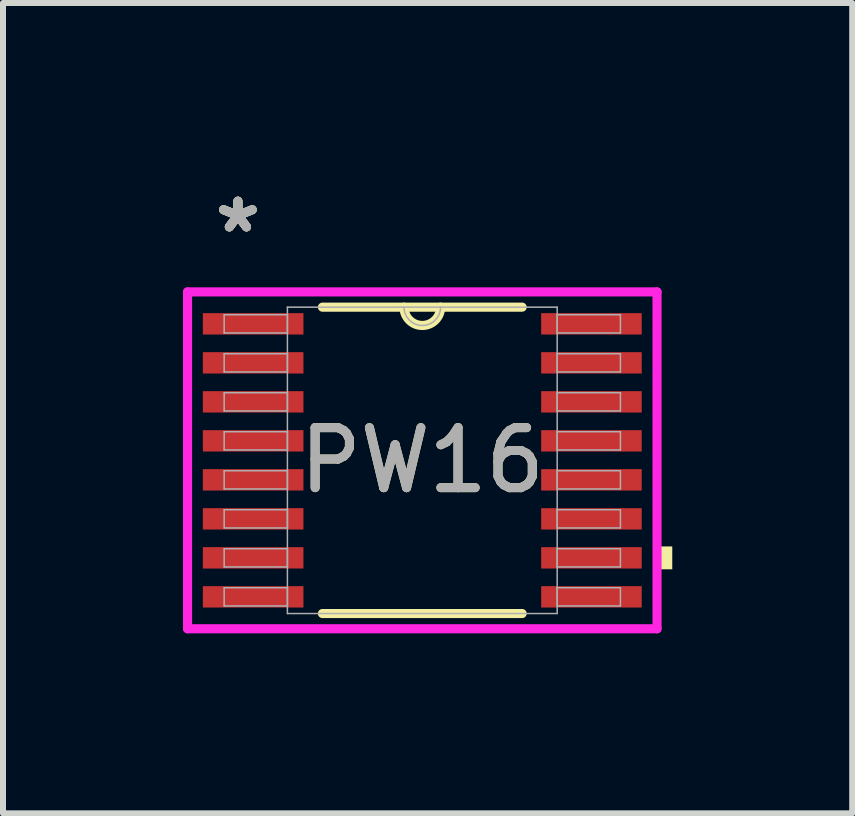
<source format=kicad_pcb>
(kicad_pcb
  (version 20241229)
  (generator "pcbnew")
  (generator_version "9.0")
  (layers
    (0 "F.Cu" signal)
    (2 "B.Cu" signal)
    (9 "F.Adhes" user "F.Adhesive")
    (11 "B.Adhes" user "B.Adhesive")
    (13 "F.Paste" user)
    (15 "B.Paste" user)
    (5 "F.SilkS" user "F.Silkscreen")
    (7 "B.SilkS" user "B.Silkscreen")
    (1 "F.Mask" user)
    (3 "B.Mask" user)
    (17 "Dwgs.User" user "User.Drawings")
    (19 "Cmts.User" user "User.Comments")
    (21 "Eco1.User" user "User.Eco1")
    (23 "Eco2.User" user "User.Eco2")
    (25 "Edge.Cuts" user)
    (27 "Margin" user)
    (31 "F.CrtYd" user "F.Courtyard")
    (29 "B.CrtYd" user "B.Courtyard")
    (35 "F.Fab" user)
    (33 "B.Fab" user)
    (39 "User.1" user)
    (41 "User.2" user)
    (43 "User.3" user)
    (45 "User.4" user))
  (footprint "PW16"
    (layer "F.Cu")
    (at 3.988 4.622)
    (property "Reference" "PW16" (at 0 0 0) (unlocked yes) (layer "F.SilkS") (effects (font (size 1 1) (thickness 0.15))))
    (attr smd)
    (fp_line (start -1.664 2.553) (end 1.664 2.553) (stroke (width 0.152) (type solid)) (layer "F.SilkS"))
    (fp_line (start 1.664 -2.553) (end -1.664 -2.553) (stroke (width 0.152) (type solid)) (layer "F.SilkS"))
    (fp_arc (start 0.3048 -2.5527) (mid 0 -2.2479) (end -0.3048 -2.5527) (stroke (width 0.1524) (type solid)) (layer "F.SilkS"))
    (fp_poly (pts (xy 4.166 1.435) (xy 4.166 1.816) (xy 3.912 1.816) (xy 3.912 1.435)) (stroke (width 0) (type solid)) (fill yes) (layer "F.SilkS"))
    (fp_line (start -3.912 -2.807) (end 3.912 -2.807) (stroke (width 0.152) (type solid)) (layer "F.CrtYd"))
    (fp_line (start -3.912 2.807) (end -3.912 -2.807) (stroke (width 0.152) (type solid)) (layer "F.CrtYd"))
    (fp_line (start 3.912 -2.807) (end 3.912 2.807) (stroke (width 0.152) (type solid)) (layer "F.CrtYd"))
    (fp_line (start 3.912 2.807) (end -3.912 2.807) (stroke (width 0.152) (type solid)) (layer "F.CrtYd"))
    (fp_line (start -3.302 -2.427) (end -3.302 -2.123) (stroke (width 0.025) (type solid)) (layer "F.Fab"))
    (fp_line (start -3.302 -2.123) (end -2.248 -2.123) (stroke (width 0.025) (type solid)) (layer "F.Fab"))
    (fp_line (start -3.302 -1.777) (end -3.302 -1.473) (stroke (width 0.025) (type solid)) (layer "F.Fab"))
    (fp_line (start -3.302 -1.473) (end -2.248 -1.473) (stroke (width 0.025) (type solid)) (layer "F.Fab"))
    (fp_line (start -3.302 -1.127) (end -3.302 -0.823) (stroke (width 0.025) (type solid)) (layer "F.Fab"))
    (fp_line (start -3.302 -0.823) (end -2.248 -0.823) (stroke (width 0.025) (type solid)) (layer "F.Fab"))
    (fp_line (start -3.302 -0.477) (end -3.302 -0.173) (stroke (width 0.025) (type solid)) (layer "F.Fab"))
    (fp_line (start -3.302 -0.173) (end -2.248 -0.173) (stroke (width 0.025) (type solid)) (layer "F.Fab"))
    (fp_line (start -3.302 0.173) (end -3.302 0.477) (stroke (width 0.025) (type solid)) (layer "F.Fab"))
    (fp_line (start -3.302 0.477) (end -2.248 0.477) (stroke (width 0.025) (type solid)) (layer "F.Fab"))
    (fp_line (start -3.302 0.823) (end -3.302 1.127) (stroke (width 0.025) (type solid)) (layer "F.Fab"))
    (fp_line (start -3.302 1.127) (end -2.248 1.127) (stroke (width 0.025) (type solid)) (layer "F.Fab"))
    (fp_line (start -3.302 1.473) (end -3.302 1.777) (stroke (width 0.025) (type solid)) (layer "F.Fab"))
    (fp_line (start -3.302 1.777) (end -2.248 1.777) (stroke (width 0.025) (type solid)) (layer "F.Fab"))
    (fp_line (start -3.302 2.123) (end -3.302 2.427) (stroke (width 0.025) (type solid)) (layer "F.Fab"))
    (fp_line (start -3.302 2.427) (end -2.248 2.427) (stroke (width 0.025) (type solid)) (layer "F.Fab"))
    (fp_line (start -2.248 -2.553) (end -2.248 2.553) (stroke (width 0.025) (type solid)) (layer "F.Fab"))
    (fp_line (start -2.248 -2.427) (end -3.302 -2.427) (stroke (width 0.025) (type solid)) (layer "F.Fab"))
    (fp_line (start -2.248 -2.123) (end -2.248 -2.427) (stroke (width 0.025) (type solid)) (layer "F.Fab"))
    (fp_line (start -2.248 -1.777) (end -3.302 -1.777) (stroke (width 0.025) (type solid)) (layer "F.Fab"))
    (fp_line (start -2.248 -1.473) (end -2.248 -1.777) (stroke (width 0.025) (type solid)) (layer "F.Fab"))
    (fp_line (start -2.248 -1.127) (end -3.302 -1.127) (stroke (width 0.025) (type solid)) (layer "F.Fab"))
    (fp_line (start -2.248 -0.823) (end -2.248 -1.127) (stroke (width 0.025) (type solid)) (layer "F.Fab"))
    (fp_line (start -2.248 -0.477) (end -3.302 -0.477) (stroke (width 0.025) (type solid)) (layer "F.Fab"))
    (fp_line (start -2.248 -0.173) (end -2.248 -0.477) (stroke (width 0.025) (type solid)) (layer "F.Fab"))
    (fp_line (start -2.248 0.173) (end -3.302 0.173) (stroke (width 0.025) (type solid)) (layer "F.Fab"))
    (fp_line (start -2.248 0.477) (end -2.248 0.173) (stroke (width 0.025) (type solid)) (layer "F.Fab"))
    (fp_line (start -2.248 0.823) (end -3.302 0.823) (stroke (width 0.025) (type solid)) (layer "F.Fab"))
    (fp_line (start -2.248 1.127) (end -2.248 0.823) (stroke (width 0.025) (type solid)) (layer "F.Fab"))
    (fp_line (start -2.248 1.473) (end -3.302 1.473) (stroke (width 0.025) (type solid)) (layer "F.Fab"))
    (fp_line (start -2.248 1.777) (end -2.248 1.473) (stroke (width 0.025) (type solid)) (layer "F.Fab"))
    (fp_line (start -2.248 2.123) (end -3.302 2.123) (stroke (width 0.025) (type solid)) (layer "F.Fab"))
    (fp_line (start -2.248 2.427) (end -2.248 2.123) (stroke (width 0.025) (type solid)) (layer "F.Fab"))
    (fp_line (start -2.248 2.553) (end 2.248 2.553) (stroke (width 0.025) (type solid)) (layer "F.Fab"))
    (fp_line (start 2.248 -2.553) (end -2.248 -2.553) (stroke (width 0.025) (type solid)) (layer "F.Fab"))
    (fp_line (start 2.248 -2.427) (end 2.248 -2.123) (stroke (width 0.025) (type solid)) (layer "F.Fab"))
    (fp_line (start 2.248 -2.123) (end 3.302 -2.123) (stroke (width 0.025) (type solid)) (layer "F.Fab"))
    (fp_line (start 2.248 -1.777) (end 2.248 -1.473) (stroke (width 0.025) (type solid)) (layer "F.Fab"))
    (fp_line (start 2.248 -1.473) (end 3.302 -1.473) (stroke (width 0.025) (type solid)) (layer "F.Fab"))
    (fp_line (start 2.248 -1.127) (end 2.248 -0.823) (stroke (width 0.025) (type solid)) (layer "F.Fab"))
    (fp_line (start 2.248 -0.823) (end 3.302 -0.823) (stroke (width 0.025) (type solid)) (layer "F.Fab"))
    (fp_line (start 2.248 -0.477) (end 2.248 -0.173) (stroke (width 0.025) (type solid)) (layer "F.Fab"))
    (fp_line (start 2.248 -0.173) (end 3.302 -0.173) (stroke (width 0.025) (type solid)) (layer "F.Fab"))
    (fp_line (start 2.248 0.173) (end 2.248 0.477) (stroke (width 0.025) (type solid)) (layer "F.Fab"))
    (fp_line (start 2.248 0.477) (end 3.302 0.477) (stroke (width 0.025) (type solid)) (layer "F.Fab"))
    (fp_line (start 2.248 0.823) (end 2.248 1.127) (stroke (width 0.025) (type solid)) (layer "F.Fab"))
    (fp_line (start 2.248 1.127) (end 3.302 1.127) (stroke (width 0.025) (type solid)) (layer "F.Fab"))
    (fp_line (start 2.248 1.473) (end 2.248 1.777) (stroke (width 0.025) (type solid)) (layer "F.Fab"))
    (fp_line (start 2.248 1.777) (end 3.302 1.777) (stroke (width 0.025) (type solid)) (layer "F.Fab"))
    (fp_line (start 2.248 2.123) (end 2.248 2.427) (stroke (width 0.025) (type solid)) (layer "F.Fab"))
    (fp_line (start 2.248 2.427) (end 3.302 2.427) (stroke (width 0.025) (type solid)) (layer "F.Fab"))
    (fp_line (start 2.248 2.553) (end 2.248 -2.553) (stroke (width 0.025) (type solid)) (layer "F.Fab"))
    (fp_line (start 3.302 -2.427) (end 2.248 -2.427) (stroke (width 0.025) (type solid)) (layer "F.Fab"))
    (fp_line (start 3.302 -2.123) (end 3.302 -2.427) (stroke (width 0.025) (type solid)) (layer "F.Fab"))
    (fp_line (start 3.302 -1.777) (end 2.248 -1.777) (stroke (width 0.025) (type solid)) (layer "F.Fab"))
    (fp_line (start 3.302 -1.473) (end 3.302 -1.777) (stroke (width 0.025) (type solid)) (layer "F.Fab"))
    (fp_line (start 3.302 -1.127) (end 2.248 -1.127) (stroke (width 0.025) (type solid)) (layer "F.Fab"))
    (fp_line (start 3.302 -0.823) (end 3.302 -1.127) (stroke (width 0.025) (type solid)) (layer "F.Fab"))
    (fp_line (start 3.302 -0.477) (end 2.248 -0.477) (stroke (width 0.025) (type solid)) (layer "F.Fab"))
    (fp_line (start 3.302 -0.173) (end 3.302 -0.477) (stroke (width 0.025) (type solid)) (layer "F.Fab"))
    (fp_line (start 3.302 0.173) (end 2.248 0.173) (stroke (width 0.025) (type solid)) (layer "F.Fab"))
    (fp_line (start 3.302 0.477) (end 3.302 0.173) (stroke (width 0.025) (type solid)) (layer "F.Fab"))
    (fp_line (start 3.302 0.823) (end 2.248 0.823) (stroke (width 0.025) (type solid)) (layer "F.Fab"))
    (fp_line (start 3.302 1.127) (end 3.302 0.823) (stroke (width 0.025) (type solid)) (layer "F.Fab"))
    (fp_line (start 3.302 1.473) (end 2.248 1.473) (stroke (width 0.025) (type solid)) (layer "F.Fab"))
    (fp_line (start 3.302 1.777) (end 3.302 1.473) (stroke (width 0.025) (type solid)) (layer "F.Fab"))
    (fp_line (start 3.302 2.123) (end 2.248 2.123) (stroke (width 0.025) (type solid)) (layer "F.Fab"))
    (fp_line (start 3.302 2.427) (end 3.302 2.123) (stroke (width 0.025) (type solid)) (layer "F.Fab"))
    (fp_arc (start 0.3048 -2.5527) (mid 0 -2.2479) (end -0.3048 -2.5527) (stroke (width 0.0254) (type solid)) (layer "F.Fab"))
    (fp_text user "*" (at -3.073 -3.774 0) (unlocked yes) (layer "F.SilkS") (effects (font (size 1 1) (thickness 0.15))))
    (fp_text user "*" (at -3.073 -3.774 0) (layer "F.SilkS") (effects (font (size 1 1) (thickness 0.15))))
    (fp_text user "${REFERENCE}" (at 0 0 0) (unlocked yes) (layer "F.Fab") (effects (font (size 1 1) (thickness 0.15))))
    (fp_text user "*" (at -3.073 -3.774 0) (unlocked yes) (layer "F.Fab") (effects (font (size 1 1) (thickness 0.15))))
    (fp_text user "*" (at -3.073 -3.774 0) (layer "F.Fab") (effects (font (size 1 1) (thickness 0.15))))
    (pad "1" smd rect (at -2.819 -2.275) (size 1.676 0.356) (layers "F.Cu" "F.Mask" "F.Paste"))
    (pad "2" smd rect (at -2.819 -1.625) (size 1.676 0.356) (layers "F.Cu" "F.Mask" "F.Paste"))
    (pad "3" smd rect (at -2.819 -0.975) (size 1.676 0.356) (layers "F.Cu" "F.Mask" "F.Paste"))
    (pad "4" smd rect (at -2.819 -0.325) (size 1.676 0.356) (layers "F.Cu" "F.Mask" "F.Paste"))
    (pad "5" smd rect (at -2.819 0.325) (size 1.676 0.356) (layers "F.Cu" "F.Mask" "F.Paste"))
    (pad "6" smd rect (at -2.819 0.975) (size 1.676 0.356) (layers "F.Cu" "F.Mask" "F.Paste"))
    (pad "7" smd rect (at -2.819 1.625) (size 1.676 0.356) (layers "F.Cu" "F.Mask" "F.Paste"))
    (pad "8" smd rect (at -2.819 2.275) (size 1.676 0.356) (layers "F.Cu" "F.Mask" "F.Paste"))
    (pad "9" smd rect (at 2.819 2.275) (size 1.676 0.356) (layers "F.Cu" "F.Mask" "F.Paste"))
    (pad "10" smd rect (at 2.819 1.625) (size 1.676 0.356) (layers "F.Cu" "F.Mask" "F.Paste"))
    (pad "11" smd rect (at 2.819 0.975) (size 1.676 0.356) (layers "F.Cu" "F.Mask" "F.Paste"))
    (pad "12" smd rect (at 2.819 0.325) (size 1.676 0.356) (layers "F.Cu" "F.Mask" "F.Paste"))
    (pad "13" smd rect (at 2.819 -0.325) (size 1.676 0.356) (layers "F.Cu" "F.Mask" "F.Paste"))
    (pad "14" smd rect (at 2.819 -0.975) (size 1.676 0.356) (layers "F.Cu" "F.Mask" "F.Paste"))
    (pad "15" smd rect (at 2.819 -1.625) (size 1.676 0.356) (layers "F.Cu" "F.Mask" "F.Paste"))
    (pad "16" smd rect (at 2.819 -2.275) (size 1.676 0.356) (layers "F.Cu" "F.Mask" "F.Paste")))
  (gr_rect
    (start -3 -3)
    (end 11.153 10.505)
    (stroke (width 0.1) (type default))
    (fill no)
    (layer "Edge.Cuts")))
</source>
